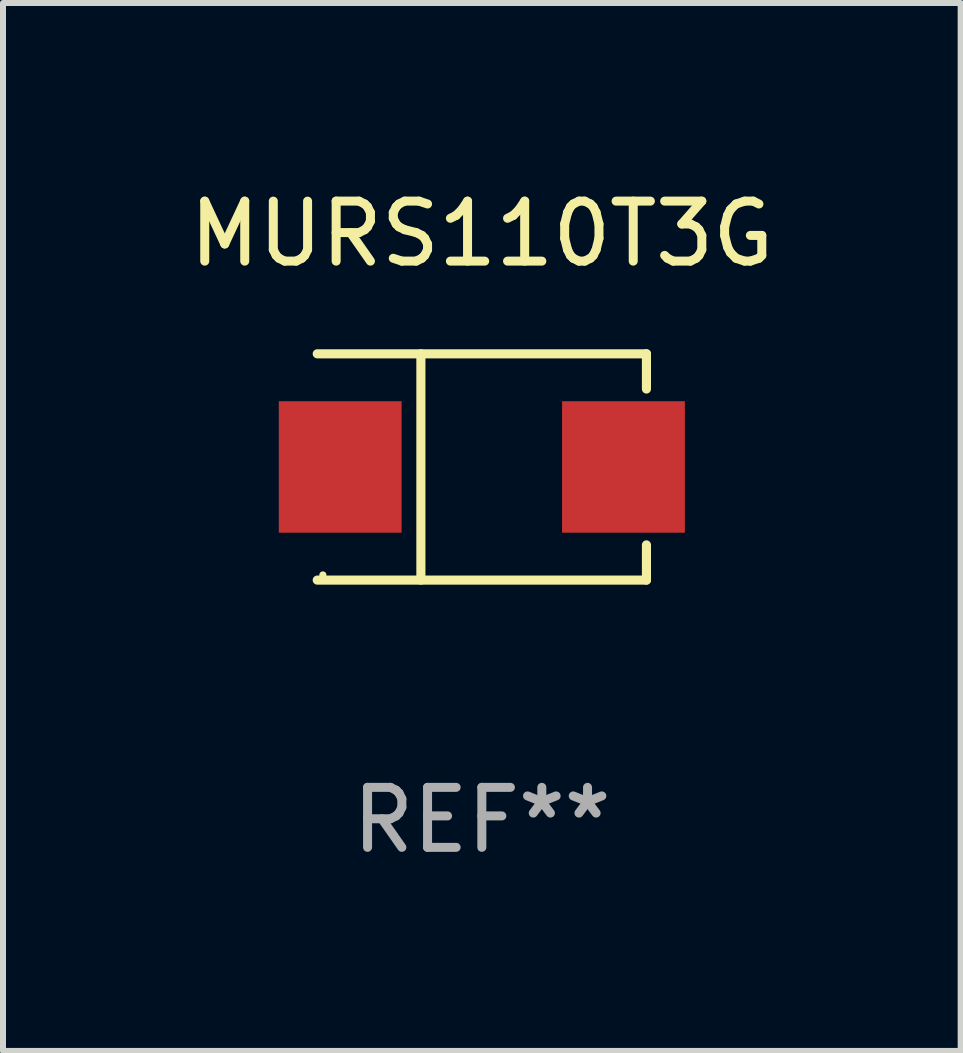
<source format=kicad_pcb>
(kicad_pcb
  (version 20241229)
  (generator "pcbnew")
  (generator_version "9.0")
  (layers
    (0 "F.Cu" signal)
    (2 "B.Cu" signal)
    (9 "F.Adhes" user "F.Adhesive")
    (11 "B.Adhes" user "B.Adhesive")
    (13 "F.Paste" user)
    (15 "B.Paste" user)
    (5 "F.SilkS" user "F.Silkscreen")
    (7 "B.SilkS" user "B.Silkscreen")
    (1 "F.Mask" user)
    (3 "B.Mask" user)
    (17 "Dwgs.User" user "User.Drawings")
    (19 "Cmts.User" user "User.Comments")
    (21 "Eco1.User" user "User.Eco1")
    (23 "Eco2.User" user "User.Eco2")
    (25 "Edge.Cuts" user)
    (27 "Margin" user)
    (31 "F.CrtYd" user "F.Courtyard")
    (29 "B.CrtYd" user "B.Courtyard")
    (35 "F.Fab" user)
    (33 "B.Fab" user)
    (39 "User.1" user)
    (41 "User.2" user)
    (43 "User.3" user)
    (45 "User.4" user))
  (footprint "MURS110T3G"
    (layer "F.Cu")
    (at 4.982 4.734)
    (property "Reference" "MURS110T3G" (at 0 -3.886 0) (layer "F.SilkS") (effects (font (size 1 1) (thickness 0.15))))
    (attr through_hole)
    (fp_line (start -2.744 -1.886) (end 2.744 -1.886) (stroke (width 0.152) (type solid)) (layer "F.SilkS"))
    (fp_line (start -2.744 1.886) (end 2.744 1.886) (stroke (width 0.152) (type solid)) (layer "F.SilkS"))
    (fp_line (start -1.016 -1.886) (end -1.016 1.886) (stroke (width 0.152) (type solid)) (layer "F.SilkS"))
    (fp_line (start 2.744 -1.886) (end 2.744 -1.299) (stroke (width 0.152) (type solid)) (layer "F.SilkS"))
    (fp_line (start 2.744 1.886) (end 2.744 1.299) (stroke (width 0.152) (type solid)) (layer "F.SilkS"))
    (fp_circle (center -2.65 1.8) (end -2.62 1.8) (stroke (width 0.06) (type solid)) (fill no) (layer "F.SilkS"))
    (fp_text user "REF**" (at 0 5.886 0) (layer "F.Fab") (effects (font (size 1 1) (thickness 0.15))))
    (pad "1" smd rect (at -2.361 0) (size 2.047 2.192) (layers "F.Cu" "F.Mask" "F.Paste"))
    (pad "2" smd rect (at 2.361 0) (size 2.047 2.192) (layers "F.Cu" "F.Mask" "F.Paste")))
  (gr_rect
    (start -3 -3)
    (end 12.964 14.469)
    (stroke (width 0.1) (type default))
    (fill no)
    (layer "Edge.Cuts")))
</source>
